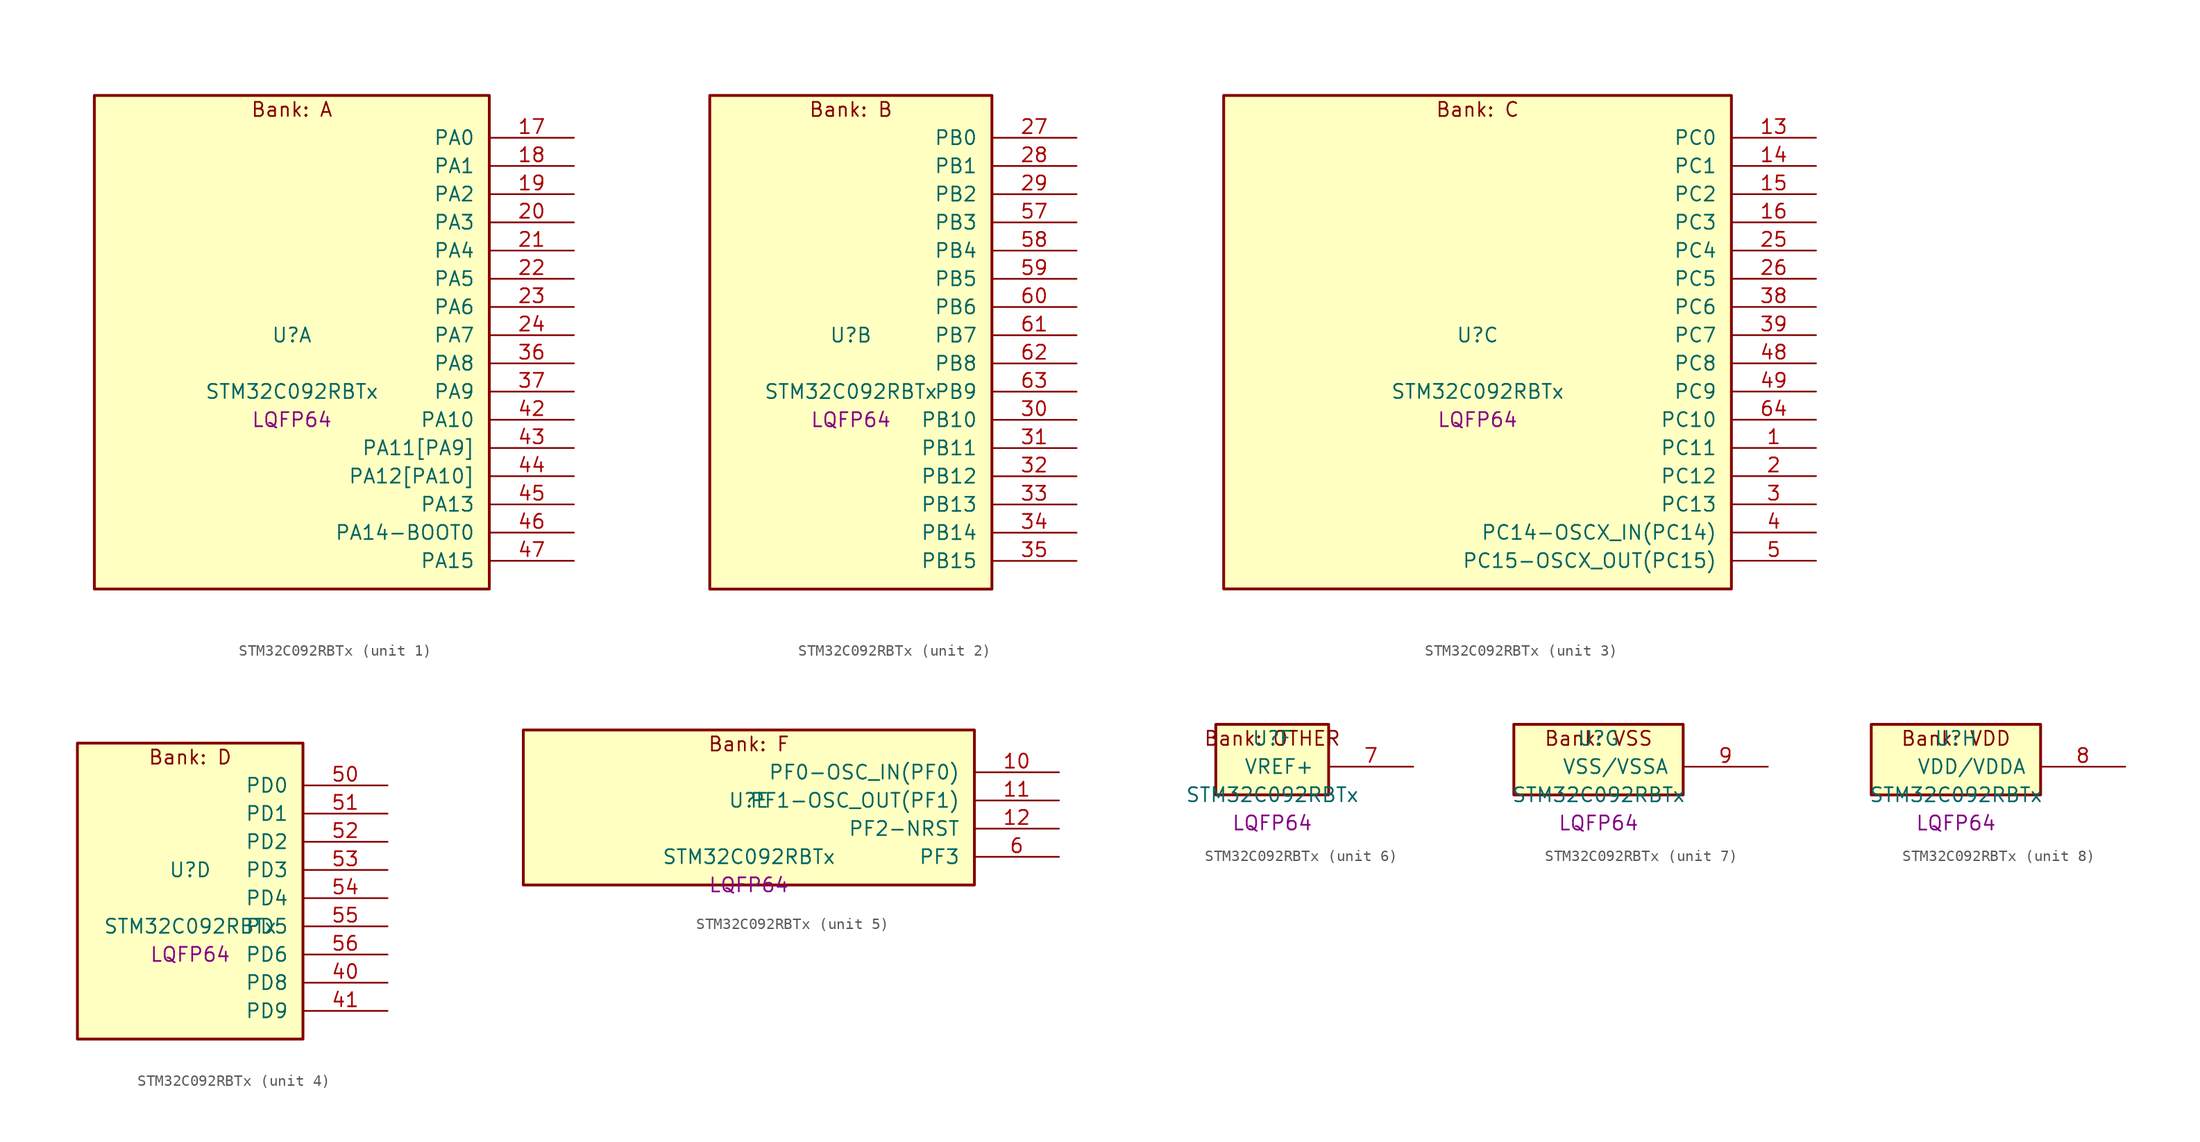
<source format=kicad_sym>
(kicad_symbol_lib
  (version 20241209)
  (generator "stm32_pkl_generator")
  (generator_version "1.0")
  (symbol "STM32C092RBTx"
    (pin_names
      (offset 1.27))
    (property "Reference" "U"
      (at 0 2.54 0))
    (property "Value" "STM32C092RBTx"
      (at 0 -2.54 0))
    (property "Footprint" "LQFP64"
      (at 0 -5.08 0))
    (symbol "STM32C092RBTx_1_1"
      (rectangle (start -17.78 24.13) (end 17.78 -20.32) (stroke (width 0.254) (type solid)) (fill (type background)))
      (text "Bank: A" (at 0 22.86 0))
      (pin bidirectional line (at 25.4 20.32 180) (length 7.62) (name "PA0") (number "17") (alternate "PA0/ADC1_IN0" bidirectional line) (alternate "PA0/PWR_WKUP1" bidirectional line) (alternate "PA0/SPI2_SCK" bidirectional line) (alternate "PA0/TIM16_CH1" bidirectional line) (alternate "PA0/TIM1_CH1" bidirectional line) (alternate "PA0/TIM2_CH1" bidirectional line) (alternate "PA0/TIM2_ETR" bidirectional line) (alternate "PA0/USART1_TX" bidirectional line) (alternate "PA0/USART2_CTS" bidirectional line) (alternate "PA0/USART2_NSS" bidirectional line) (alternate "PA0/USART4_TX" bidirectional line))
      (pin bidirectional line (at 25.4 17.78 180) (length 7.62) (name "PA1") (number "18") (alternate "PA1/ADC1_IN1" bidirectional line) (alternate "PA1/I2C1_SMBA" bidirectional line) (alternate "PA1/I2S1_CK" bidirectional line) (alternate "PA1/SPI1_SCK" bidirectional line) (alternate "PA1/TIM15_CH1N" bidirectional line) (alternate "PA1/TIM17_CH1" bidirectional line) (alternate "PA1/TIM1_CH2" bidirectional line) (alternate "PA1/TIM2_CH2" bidirectional line) (alternate "PA1/USART1_RX" bidirectional line) (alternate "PA1/USART2_CK" bidirectional line) (alternate "PA1/USART2_DE" bidirectional line) (alternate "PA1/USART2_RTS" bidirectional line) (alternate "PA1/USART4_RX" bidirectional line))
      (pin bidirectional line (at 25.4 15.24 180) (length 7.62) (name "PA2") (number "19") (alternate "PA2/ADC1_IN2" bidirectional line) (alternate "PA2/I2S1_SD" bidirectional line) (alternate "PA2/PWR_WKUP4" bidirectional line) (alternate "PA2/RCC_LSCO" bidirectional line) (alternate "PA2/SPI1_MOSI" bidirectional line) (alternate "PA2/TIM15_CH1" bidirectional line) (alternate "PA2/TIM16_CH1N" bidirectional line) (alternate "PA2/TIM1_CH3" bidirectional line) (alternate "PA2/TIM2_CH3" bidirectional line) (alternate "PA2/TIM3_ETR" bidirectional line) (alternate "PA2/USART2_TX" bidirectional line))
      (pin bidirectional line (at 25.4 12.7 180) (length 7.62) (name "PA3") (number "20") (alternate "PA3/ADC1_IN3" bidirectional line) (alternate "PA3/SPI2_MISO" bidirectional line) (alternate "PA3/TIM15_CH2" bidirectional line) (alternate "PA3/TIM1_CH1N" bidirectional line) (alternate "PA3/TIM1_CH4" bidirectional line) (alternate "PA3/TIM2_CH4" bidirectional line) (alternate "PA3/USART2_RX" bidirectional line))
      (pin bidirectional line (at 25.4 10.16 180) (length 7.62) (name "PA4") (number "21") (alternate "PA4/ADC1_IN4" bidirectional line) (alternate "PA4/I2S1_WS" bidirectional line) (alternate "PA4/RTC_OUT2" bidirectional line) (alternate "PA4/SPI1_NSS" bidirectional line) (alternate "PA4/SPI2_MOSI" bidirectional line) (alternate "PA4/TIM14_CH1" bidirectional line) (alternate "PA4/TIM17_CH1N" bidirectional line) (alternate "PA4/TIM1_CH2N" bidirectional line) (alternate "PA4/USART2_TX" bidirectional line))
      (pin bidirectional line (at 25.4 7.62 180) (length 7.62) (name "PA5") (number "22") (alternate "PA5/ADC1_IN5" bidirectional line) (alternate "PA5/I2S1_CK" bidirectional line) (alternate "PA5/SPI1_SCK" bidirectional line) (alternate "PA5/TIM1_CH1" bidirectional line) (alternate "PA5/TIM1_CH3N" bidirectional line) (alternate "PA5/TIM2_CH1" bidirectional line) (alternate "PA5/TIM2_ETR" bidirectional line) (alternate "PA5/USART2_RX" bidirectional line) (alternate "PA5/USART3_TX" bidirectional line))
      (pin bidirectional line (at 25.4 5.08 180) (length 7.62) (name "PA6") (number "23") (alternate "PA6/ADC1_IN6" bidirectional line) (alternate "PA6/I2C2_SDA" bidirectional line) (alternate "PA6/I2S1_MCK" bidirectional line) (alternate "PA6/SPI1_MISO" bidirectional line) (alternate "PA6/TIM16_CH1" bidirectional line) (alternate "PA6/TIM1_BKIN" bidirectional line) (alternate "PA6/TIM3_CH1" bidirectional line) (alternate "PA6/USART3_CTS" bidirectional line) (alternate "PA6/USART3_NSS" bidirectional line))
      (pin bidirectional line (at 25.4 2.54 180) (length 7.62) (name "PA7") (number "24") (alternate "PA7/ADC1_IN7" bidirectional line) (alternate "PA7/I2C2_SCL" bidirectional line) (alternate "PA7/I2S1_SD" bidirectional line) (alternate "PA7/SPI1_MOSI" bidirectional line) (alternate "PA7/TIM14_CH1" bidirectional line) (alternate "PA7/TIM17_CH1" bidirectional line) (alternate "PA7/TIM1_CH1N" bidirectional line) (alternate "PA7/TIM3_CH2" bidirectional line))
      (pin bidirectional line (at 25.4 0 180) (length 7.62) (name "PA8") (number "36") (alternate "PA8/ADC1_IN8" bidirectional line) (alternate "PA8/I2S1_WS" bidirectional line) (alternate "PA8/RCC_MCO" bidirectional line) (alternate "PA8/RCC_MCO_2" bidirectional line) (alternate "PA8/SPI1_NSS" bidirectional line) (alternate "PA8/SPI2_MISO" bidirectional line) (alternate "PA8/SPI2_NSS" bidirectional line) (alternate "PA8/TIM14_CH1" bidirectional line) (alternate "PA8/TIM1_CH1" bidirectional line) (alternate "PA8/TIM1_CH2N" bidirectional line) (alternate "PA8/TIM1_CH3N" bidirectional line) (alternate "PA8/TIM3_CH3" bidirectional line) (alternate "PA8/TIM3_CH4" bidirectional line) (alternate "PA8/USART1_RX" bidirectional line) (alternate "PA8/USART2_TX" bidirectional line))
      (pin bidirectional line (at 25.4 -2.54 180) (length 7.62) (name "PA9") (number "37") (alternate "PA9/I2C1_SCL" bidirectional line) (alternate "PA9/I2C2_SCL" bidirectional line) (alternate "PA9/RCC_MCO" bidirectional line) (alternate "PA9/SPI2_MISO" bidirectional line) (alternate "PA9/TIM15_BKIN" bidirectional line) (alternate "PA9/TIM1_CH2" bidirectional line) (alternate "PA9/TIM3_ETR" bidirectional line) (alternate "PA9/USART1_TX" bidirectional line) (alternate "PA9/NC" bidirectional line))
      (pin bidirectional line (at 25.4 -5.08 180) (length 7.62) (name "PA10") (number "42") (alternate "PA10/I2C1_SDA" bidirectional line) (alternate "PA10/I2C2_SDA" bidirectional line) (alternate "PA10/RCC_MCO_2" bidirectional line) (alternate "PA10/SPI2_MOSI" bidirectional line) (alternate "PA10/TIM17_BKIN" bidirectional line) (alternate "PA10/TIM1_CH3" bidirectional line) (alternate "PA10/USART1_RX" bidirectional line) (alternate "PA10/NC" bidirectional line))
      (pin bidirectional line (at 25.4 -7.62 180) (length 7.62) (name "PA11[PA9]") (number "43") (alternate "PA11[PA9]/ADC1_EXTI11" bidirectional line) (alternate "PA11[PA9]/FDCAN1_RX" bidirectional line) (alternate "PA11[PA9]/I2C2_SCL" bidirectional line) (alternate "PA11[PA9]/I2S1_MCK" bidirectional line) (alternate "PA11[PA9]/SPI1_MISO" bidirectional line) (alternate "PA11[PA9]/TIM1_BKIN2" bidirectional line) (alternate "PA11[PA9]/TIM1_CH4" bidirectional line) (alternate "PA11[PA9]/USART1_CTS" bidirectional line) (alternate "PA11[PA9]/USART1_NSS" bidirectional line) (alternate "PA11[PA9]/PA9[PA11]" bidirectional line) (alternate "PA11[PA9]/I2C1_SCL" bidirectional line) (alternate "PA11[PA9]/RCC_MCO" bidirectional line) (alternate "PA11[PA9]/SPI2_MISO" bidirectional line) (alternate "PA11[PA9]/TIM15_BKIN" bidirectional line) (alternate "PA11[PA9]/TIM1_CH2" bidirectional line) (alternate "PA11[PA9]/TIM3_ETR" bidirectional line) (alternate "PA11[PA9]/USART1_TX" bidirectional line))
      (pin bidirectional line (at 25.4 -10.16 180) (length 7.62) (name "PA12[PA10]") (number "44") (alternate "PA12[PA10]/FDCAN1_TX" bidirectional line) (alternate "PA12[PA10]/I2C2_SDA" bidirectional line) (alternate "PA12[PA10]/I2S1_SD" bidirectional line) (alternate "PA12[PA10]/I2S_CKIN" bidirectional line) (alternate "PA12[PA10]/SPI1_MOSI" bidirectional line) (alternate "PA12[PA10]/TIM1_ETR" bidirectional line) (alternate "PA12[PA10]/USART1_CK" bidirectional line) (alternate "PA12[PA10]/USART1_DE" bidirectional line) (alternate "PA12[PA10]/USART1_RTS" bidirectional line) (alternate "PA12[PA10]/PA10[PA12]" bidirectional line) (alternate "PA12[PA10]/I2C1_SDA" bidirectional line) (alternate "PA12[PA10]/RCC_MCO_2" bidirectional line) (alternate "PA12[PA10]/SPI2_MOSI" bidirectional line) (alternate "PA12[PA10]/TIM17_BKIN" bidirectional line) (alternate "PA12[PA10]/TIM1_CH3" bidirectional line) (alternate "PA12[PA10]/USART1_RX" bidirectional line))
      (pin bidirectional line (at 25.4 -12.7 180) (length 7.62) (name "PA13") (number "45") (alternate "PA13/ADC1_IN13" bidirectional line) (alternate "PA13/DEBUG_SWDIO" bidirectional line) (alternate "PA13/IR_OUT" bidirectional line) (alternate "PA13/TIM3_ETR" bidirectional line) (alternate "PA13/USART2_RX" bidirectional line))
      (pin bidirectional line (at 25.4 -15.24 180) (length 7.62) (name "PA14-BOOT0") (number "46") (alternate "PA14-BOOT0/ADC1_IN14" bidirectional line) (alternate "PA14-BOOT0/BOOT0" bidirectional line) (alternate "PA14-BOOT0/DEBUG_SWCLK" bidirectional line) (alternate "PA14-BOOT0/I2S1_WS" bidirectional line) (alternate "PA14-BOOT0/RCC_MCO_2" bidirectional line) (alternate "PA14-BOOT0/SPI1_NSS" bidirectional line) (alternate "PA14-BOOT0/TIM1_CH1" bidirectional line) (alternate "PA14-BOOT0/USART1_CK" bidirectional line) (alternate "PA14-BOOT0/USART1_DE" bidirectional line) (alternate "PA14-BOOT0/USART1_RTS" bidirectional line) (alternate "PA14-BOOT0/USART2_RX" bidirectional line) (alternate "PA14-BOOT0/USART2_TX" bidirectional line))
      (pin bidirectional line (at 25.4 -17.78 180) (length 7.62) (name "PA15") (number "47") (alternate "PA15/I2S1_WS" bidirectional line) (alternate "PA15/RCC_MCO_2" bidirectional line) (alternate "PA15/SPI1_NSS" bidirectional line) (alternate "PA15/TIM1_CH1" bidirectional line) (alternate "PA15/TIM2_CH1" bidirectional line) (alternate "PA15/TIM2_ETR" bidirectional line) (alternate "PA15/USART1_CK" bidirectional line) (alternate "PA15/USART1_DE" bidirectional line) (alternate "PA15/USART1_RTS" bidirectional line) (alternate "PA15/USART2_RX" bidirectional line) (alternate "PA15/USART3_CK" bidirectional line) (alternate "PA15/USART3_DE" bidirectional line) (alternate "PA15/USART3_RTS" bidirectional line) (alternate "PA15/USART4_CK" bidirectional line) (alternate "PA15/USART4_DE" bidirectional line) (alternate "PA15/USART4_RTS" bidirectional line)))
    (symbol "STM32C092RBTx_2_1"
      (rectangle (start -12.7 24.13) (end 12.7 -20.32) (stroke (width 0.254) (type solid)) (fill (type background)))
      (text "Bank: B" (at 0 22.86 0))
      (pin bidirectional line (at 20.32 20.32 180) (length 7.62) (name "PB0") (number "27") (alternate "PB0/ADC1_IN17" bidirectional line) (alternate "PB0/FDCAN1_RX" bidirectional line) (alternate "PB0/I2S1_WS" bidirectional line) (alternate "PB0/SPI1_NSS" bidirectional line) (alternate "PB0/TIM1_CH2N" bidirectional line) (alternate "PB0/TIM3_CH3" bidirectional line) (alternate "PB0/USART3_RX" bidirectional line))
      (pin bidirectional line (at 20.32 17.78 180) (length 7.62) (name "PB1") (number "28") (alternate "PB1/ADC1_IN18" bidirectional line) (alternate "PB1/FDCAN1_TX" bidirectional line) (alternate "PB1/TIM14_CH1" bidirectional line) (alternate "PB1/TIM1_CH2N" bidirectional line) (alternate "PB1/TIM1_CH3N" bidirectional line) (alternate "PB1/TIM3_CH4" bidirectional line) (alternate "PB1/USART3_CK" bidirectional line) (alternate "PB1/USART3_DE" bidirectional line) (alternate "PB1/USART3_RTS" bidirectional line))
      (pin bidirectional line (at 20.32 15.24 180) (length 7.62) (name "PB2") (number "29") (alternate "PB2/ADC1_IN19" bidirectional line) (alternate "PB2/RCC_MCO_2" bidirectional line) (alternate "PB2/SPI2_MISO" bidirectional line) (alternate "PB2/USART1_RX" bidirectional line) (alternate "PB2/USART3_TX" bidirectional line))
      (pin bidirectional line (at 20.32 12.7 180) (length 7.62) (name "PB3") (number "57") (alternate "PB3/I2C2_SCL" bidirectional line) (alternate "PB3/I2S1_CK" bidirectional line) (alternate "PB3/SPI1_SCK" bidirectional line) (alternate "PB3/TIM1_CH2" bidirectional line) (alternate "PB3/TIM2_CH2" bidirectional line) (alternate "PB3/TIM3_CH2" bidirectional line) (alternate "PB3/USART1_CK" bidirectional line) (alternate "PB3/USART1_DE" bidirectional line) (alternate "PB3/USART1_RTS" bidirectional line))
      (pin bidirectional line (at 20.32 10.16 180) (length 7.62) (name "PB4") (number "58") (alternate "PB4/I2C2_SDA" bidirectional line) (alternate "PB4/I2S1_MCK" bidirectional line) (alternate "PB4/SPI1_MISO" bidirectional line) (alternate "PB4/TIM17_BKIN" bidirectional line) (alternate "PB4/TIM3_CH1" bidirectional line) (alternate "PB4/USART1_CTS" bidirectional line) (alternate "PB4/USART1_NSS" bidirectional line))
      (pin bidirectional line (at 20.32 7.62 180) (length 7.62) (name "PB5") (number "59") (alternate "PB5/FDCAN1_RX" bidirectional line) (alternate "PB5/I2C1_SMBA" bidirectional line) (alternate "PB5/I2S1_SD" bidirectional line) (alternate "PB5/PWR_WKUP6" bidirectional line) (alternate "PB5/SPI1_MOSI" bidirectional line) (alternate "PB5/TIM16_BKIN" bidirectional line) (alternate "PB5/TIM3_CH2" bidirectional line) (alternate "PB5/TIM3_CH3" bidirectional line))
      (pin bidirectional line (at 20.32 5.08 180) (length 7.62) (name "PB6") (number "60") (alternate "PB6/FDCAN1_TX" bidirectional line) (alternate "PB6/I2C1_SCL" bidirectional line) (alternate "PB6/I2C1_SMBA" bidirectional line) (alternate "PB6/I2S1_CK" bidirectional line) (alternate "PB6/I2S1_MCK" bidirectional line) (alternate "PB6/I2S1_SD" bidirectional line) (alternate "PB6/PWR_WKUP3" bidirectional line) (alternate "PB6/SPI1_MISO" bidirectional line) (alternate "PB6/SPI1_MOSI" bidirectional line) (alternate "PB6/SPI1_SCK" bidirectional line) (alternate "PB6/SPI2_MISO" bidirectional line) (alternate "PB6/TIM16_BKIN" bidirectional line) (alternate "PB6/TIM16_CH1N" bidirectional line) (alternate "PB6/TIM1_CH2" bidirectional line) (alternate "PB6/TIM1_CH3" bidirectional line) (alternate "PB6/TIM3_CH1" bidirectional line) (alternate "PB6/TIM3_CH2" bidirectional line) (alternate "PB6/TIM3_CH3" bidirectional line) (alternate "PB6/USART1_CTS" bidirectional line) (alternate "PB6/USART1_NSS" bidirectional line) (alternate "PB6/USART1_TX" bidirectional line))
      (pin bidirectional line (at 20.32 2.54 180) (length 7.62) (name "PB7") (number "61") (alternate "PB7/I2C1_SCL" bidirectional line) (alternate "PB7/I2C1_SDA" bidirectional line) (alternate "PB7/SPI2_MOSI" bidirectional line) (alternate "PB7/TIM16_CH1" bidirectional line) (alternate "PB7/TIM17_CH1N" bidirectional line) (alternate "PB7/TIM1_CH4" bidirectional line) (alternate "PB7/TIM3_CH1" bidirectional line) (alternate "PB7/TIM3_CH4" bidirectional line) (alternate "PB7/USART1_RX" bidirectional line) (alternate "PB7/USART2_CTS" bidirectional line) (alternate "PB7/USART2_NSS" bidirectional line) (alternate "PB7/USART4_CTS" bidirectional line) (alternate "PB7/USART4_NSS" bidirectional line))
      (pin bidirectional line (at 20.32 0 180) (length 7.62) (name "PB8") (number "62") (alternate "PB8/FDCAN1_RX" bidirectional line) (alternate "PB8/I2C1_SCL" bidirectional line) (alternate "PB8/SPI2_SCK" bidirectional line) (alternate "PB8/TIM15_BKIN" bidirectional line) (alternate "PB8/TIM16_CH1" bidirectional line) (alternate "PB8/TIM3_CH1" bidirectional line) (alternate "PB8/USART2_CTS" bidirectional line) (alternate "PB8/USART2_NSS" bidirectional line) (alternate "PB8/USART3_TX" bidirectional line))
      (pin bidirectional line (at 20.32 -2.54 180) (length 7.62) (name "PB9") (number "63") (alternate "PB9/FDCAN1_TX" bidirectional line) (alternate "PB9/I2C1_SDA" bidirectional line) (alternate "PB9/IR_OUT" bidirectional line) (alternate "PB9/SPI2_NSS" bidirectional line) (alternate "PB9/TIM17_CH1" bidirectional line) (alternate "PB9/TIM3_CH2" bidirectional line) (alternate "PB9/USART2_CK" bidirectional line) (alternate "PB9/USART2_DE" bidirectional line) (alternate "PB9/USART2_RTS" bidirectional line) (alternate "PB9/USART3_RX" bidirectional line))
      (pin bidirectional line (at 20.32 -5.08 180) (length 7.62) (name "PB10") (number "30") (alternate "PB10/ADC1_IN20" bidirectional line) (alternate "PB10/I2C2_SCL" bidirectional line) (alternate "PB10/SPI2_SCK" bidirectional line) (alternate "PB10/TIM2_CH3" bidirectional line) (alternate "PB10/USART3_TX" bidirectional line))
      (pin bidirectional line (at 20.32 -7.62 180) (length 7.62) (name "PB11") (number "31") (alternate "PB11/ADC1_EXTI11" bidirectional line) (alternate "PB11/ADC1_IN21" bidirectional line) (alternate "PB11/I2C2_SDA" bidirectional line) (alternate "PB11/SPI2_MOSI" bidirectional line) (alternate "PB11/TIM2_CH4" bidirectional line) (alternate "PB11/USART3_RX" bidirectional line))
      (pin bidirectional line (at 20.32 -10.16 180) (length 7.62) (name "PB12") (number "32") (alternate "PB12/ADC1_IN22" bidirectional line) (alternate "PB12/FDCAN1_RX" bidirectional line) (alternate "PB12/SPI2_NSS" bidirectional line) (alternate "PB12/TIM15_BKIN" bidirectional line) (alternate "PB12/TIM1_BKIN" bidirectional line) (alternate "PB12/TIM1_BKIN2" bidirectional line))
      (pin bidirectional line (at 20.32 -12.7 180) (length 7.62) (name "PB13") (number "33") (alternate "PB13/FDCAN1_TX" bidirectional line) (alternate "PB13/I2C2_SCL" bidirectional line) (alternate "PB13/SPI2_SCK" bidirectional line) (alternate "PB13/TIM15_CH1N" bidirectional line) (alternate "PB13/TIM1_CH1N" bidirectional line) (alternate "PB13/USART3_CTS" bidirectional line) (alternate "PB13/USART3_NSS" bidirectional line))
      (pin bidirectional line (at 20.32 -15.24 180) (length 7.62) (name "PB14") (number "34") (alternate "PB14/I2C2_SDA" bidirectional line) (alternate "PB14/SPI2_MISO" bidirectional line) (alternate "PB14/TIM15_CH1" bidirectional line) (alternate "PB14/TIM1_CH2N" bidirectional line) (alternate "PB14/USART3_CK" bidirectional line) (alternate "PB14/USART3_DE" bidirectional line) (alternate "PB14/USART3_RTS" bidirectional line))
      (pin bidirectional line (at 20.32 -17.78 180) (length 7.62) (name "PB15") (number "35") (alternate "PB15/RTC_REFIN" bidirectional line) (alternate "PB15/SPI2_MOSI" bidirectional line) (alternate "PB15/TIM15_CH1N" bidirectional line) (alternate "PB15/TIM15_CH2" bidirectional line) (alternate "PB15/TIM1_CH3N" bidirectional line)))
    (symbol "STM32C092RBTx_3_1"
      (rectangle (start -22.86 24.13) (end 22.86 -20.32) (stroke (width 0.254) (type solid)) (fill (type background)))
      (text "Bank: C" (at 0 22.86 0))
      (pin bidirectional line (at 30.48 20.32 180) (length 7.62) (name "PC0") (number "13") (alternate "PC0/USART3_TX" bidirectional line) (alternate "PC0/USART4_RX" bidirectional line))
      (pin bidirectional line (at 30.48 17.78 180) (length 7.62) (name "PC1") (number "14") (alternate "PC1/TIM15_CH1" bidirectional line) (alternate "PC1/USART3_RX" bidirectional line) (alternate "PC1/USART4_TX" bidirectional line))
      (pin bidirectional line (at 30.48 15.24 180) (length 7.62) (name "PC2") (number "15") (alternate "PC2/FDCAN1_RX" bidirectional line) (alternate "PC2/SPI2_MISO" bidirectional line) (alternate "PC2/TIM15_CH2" bidirectional line))
      (pin bidirectional line (at 30.48 12.7 180) (length 7.62) (name "PC3") (number "16") (alternate "PC3/FDCAN1_TX" bidirectional line) (alternate "PC3/SPI2_MOSI" bidirectional line))
      (pin bidirectional line (at 30.48 10.16 180) (length 7.62) (name "PC4") (number "25") (alternate "PC4/ADC1_IN11" bidirectional line) (alternate "PC4/FDCAN1_RX" bidirectional line) (alternate "PC4/TIM2_CH1" bidirectional line) (alternate "PC4/TIM2_ETR" bidirectional line) (alternate "PC4/USART1_TX" bidirectional line) (alternate "PC4/USART3_TX" bidirectional line))
      (pin bidirectional line (at 30.48 7.62 180) (length 7.62) (name "PC5") (number "26") (alternate "PC5/ADC1_IN12" bidirectional line) (alternate "PC5/FDCAN1_TX" bidirectional line) (alternate "PC5/PWR_WKUP5" bidirectional line) (alternate "PC5/TIM2_CH2" bidirectional line) (alternate "PC5/USART1_RX" bidirectional line) (alternate "PC5/USART3_RX" bidirectional line))
      (pin bidirectional line (at 30.48 5.08 180) (length 7.62) (name "PC6") (number "38") (alternate "PC6/TIM2_CH3" bidirectional line) (alternate "PC6/TIM3_CH1" bidirectional line))
      (pin bidirectional line (at 30.48 2.54 180) (length 7.62) (name "PC7") (number "39") (alternate "PC7/TIM2_CH4" bidirectional line) (alternate "PC7/TIM3_CH2" bidirectional line))
      (pin bidirectional line (at 30.48 0 180) (length 7.62) (name "PC8") (number "48") (alternate "PC8/TIM1_CH1" bidirectional line) (alternate "PC8/TIM3_CH3" bidirectional line))
      (pin bidirectional line (at 30.48 -2.54 180) (length 7.62) (name "PC9") (number "49") (alternate "PC9/I2S_CKIN" bidirectional line) (alternate "PC9/TIM1_CH2" bidirectional line) (alternate "PC9/TIM3_CH4" bidirectional line))
      (pin bidirectional line (at 30.48 -5.08 180) (length 7.62) (name "PC10") (number "64") (alternate "PC10/TIM1_CH3" bidirectional line) (alternate "PC10/USART3_TX" bidirectional line) (alternate "PC10/USART4_TX" bidirectional line))
      (pin bidirectional line (at 30.48 -7.62 180) (length 7.62) (name "PC11") (number "1") (alternate "PC11/ADC1_EXTI11" bidirectional line) (alternate "PC11/TIM1_CH4" bidirectional line) (alternate "PC11/USART3_RX" bidirectional line) (alternate "PC11/USART4_RX" bidirectional line))
      (pin bidirectional line (at 30.48 -10.16 180) (length 7.62) (name "PC12") (number "2") (alternate "PC12/TIM14_CH1" bidirectional line))
      (pin bidirectional line (at 30.48 -12.7 180) (length 7.62) (name "PC13") (number "3") (alternate "PC13/PWR_WKUP2" bidirectional line) (alternate "PC13/RTC_OUT1" bidirectional line) (alternate "PC13/RTC_TS" bidirectional line) (alternate "PC13/TIM1_BKIN" bidirectional line) (alternate "PC13/TIM1_ETR" bidirectional line))
      (pin bidirectional line (at 30.48 -15.24 180) (length 7.62) (name "PC14-OSCX_IN(PC14)") (number "4") (alternate "PC14-OSCX_IN(PC14)/FDCAN1_TX" bidirectional line) (alternate "PC14-OSCX_IN(PC14)/I2C1_SDA" bidirectional line) (alternate "PC14-OSCX_IN(PC14)/IR_OUT" bidirectional line) (alternate "PC14-OSCX_IN(PC14)/RCC_OSCX_IN" bidirectional line) (alternate "PC14-OSCX_IN(PC14)/SPI2_NSS" bidirectional line) (alternate "PC14-OSCX_IN(PC14)/TIM17_CH1" bidirectional line) (alternate "PC14-OSCX_IN(PC14)/TIM1_BKIN2" bidirectional line) (alternate "PC14-OSCX_IN(PC14)/TIM1_ETR" bidirectional line) (alternate "PC14-OSCX_IN(PC14)/TIM3_CH2" bidirectional line) (alternate "PC14-OSCX_IN(PC14)/USART1_TX" bidirectional line) (alternate "PC14-OSCX_IN(PC14)/USART2_CK" bidirectional line) (alternate "PC14-OSCX_IN(PC14)/USART2_DE" bidirectional line) (alternate "PC14-OSCX_IN(PC14)/USART2_RTS" bidirectional line) (alternate "PC14-OSCX_IN(PC14)/USART3_TX" bidirectional line))
      (pin bidirectional line (at 30.48 -17.78 180) (length 7.62) (name "PC15-OSCX_OUT(PC15)") (number "5") (alternate "PC15-OSCX_OUT(PC15)/RCC_OSC32_EN" bidirectional line) (alternate "PC15-OSCX_OUT(PC15)/RCC_OSCX_OUT" bidirectional line) (alternate "PC15-OSCX_OUT(PC15)/RCC_OSC_EN" bidirectional line) (alternate "PC15-OSCX_OUT(PC15)/TIM15_BKIN" bidirectional line) (alternate "PC15-OSCX_OUT(PC15)/TIM1_ETR" bidirectional line) (alternate "PC15-OSCX_OUT(PC15)/TIM3_CH3" bidirectional line)))
    (symbol "STM32C092RBTx_4_1"
      (rectangle (start -10.16 13.97) (end 10.16 -12.7) (stroke (width 0.254) (type solid)) (fill (type background)))
      (text "Bank: D" (at 0 12.7 0))
      (pin bidirectional line (at 17.78 10.16 180) (length 7.62) (name "PD0") (number "50") (alternate "PD0/FDCAN1_RX" bidirectional line) (alternate "PD0/SPI2_NSS" bidirectional line) (alternate "PD0/TIM16_CH1" bidirectional line))
      (pin bidirectional line (at 17.78 7.62 180) (length 7.62) (name "PD1") (number "51") (alternate "PD1/FDCAN1_TX" bidirectional line) (alternate "PD1/SPI2_SCK" bidirectional line) (alternate "PD1/TIM17_CH1" bidirectional line))
      (pin bidirectional line (at 17.78 5.08 180) (length 7.62) (name "PD2") (number "52") (alternate "PD2/TIM1_CH1N" bidirectional line) (alternate "PD2/TIM3_ETR" bidirectional line) (alternate "PD2/USART3_CK" bidirectional line) (alternate "PD2/USART3_DE" bidirectional line) (alternate "PD2/USART3_RTS" bidirectional line))
      (pin bidirectional line (at 17.78 2.54 180) (length 7.62) (name "PD3") (number "53") (alternate "PD3/SPI2_MISO" bidirectional line) (alternate "PD3/TIM1_CH2N" bidirectional line) (alternate "PD3/USART2_CTS" bidirectional line) (alternate "PD3/USART2_NSS" bidirectional line))
      (pin bidirectional line (at 17.78 0 180) (length 7.62) (name "PD4") (number "54") (alternate "PD4/SPI2_MOSI" bidirectional line) (alternate "PD4/TIM1_CH3N" bidirectional line) (alternate "PD4/USART2_CK" bidirectional line) (alternate "PD4/USART2_DE" bidirectional line) (alternate "PD4/USART2_RTS" bidirectional line))
      (pin bidirectional line (at 17.78 -2.54 180) (length 7.62) (name "PD5") (number "55") (alternate "PD5/I2S1_MCK" bidirectional line) (alternate "PD5/SPI1_MISO" bidirectional line) (alternate "PD5/TIM1_BKIN" bidirectional line) (alternate "PD5/USART2_TX" bidirectional line))
      (pin bidirectional line (at 17.78 -5.08 180) (length 7.62) (name "PD6") (number "56") (alternate "PD6/I2S1_SD" bidirectional line) (alternate "PD6/SPI1_MOSI" bidirectional line) (alternate "PD6/USART2_RX" bidirectional line))
      (pin bidirectional line (at 17.78 -7.62 180) (length 7.62) (name "PD8") (number "40") (alternate "PD8/I2S1_CK" bidirectional line) (alternate "PD8/SPI1_SCK" bidirectional line) (alternate "PD8/USART3_TX" bidirectional line))
      (pin bidirectional line (at 17.78 -10.16 180) (length 7.62) (name "PD9") (number "41") (alternate "PD9/I2S1_WS" bidirectional line) (alternate "PD9/SPI1_NSS" bidirectional line) (alternate "PD9/TIM1_BKIN2" bidirectional line) (alternate "PD9/USART3_RX" bidirectional line)))
    (symbol "STM32C092RBTx_5_1"
      (rectangle (start -20.32 8.89) (end 20.32 -5.08) (stroke (width 0.254) (type solid)) (fill (type background)))
      (text "Bank: F" (at 0 7.62 0))
      (pin bidirectional line (at 27.94 5.08 180) (length 7.62) (name "PF0-OSC_IN(PF0)") (number "10") (alternate "PF0-OSC_IN(PF0)/RCC_OSC_IN" bidirectional line) (alternate "PF0-OSC_IN(PF0)/TIM14_CH1" bidirectional line))
      (pin bidirectional line (at 27.94 2.54 180) (length 7.62) (name "PF1-OSC_OUT(PF1)") (number "11") (alternate "PF1-OSC_OUT(PF1)/RCC_OSC_EN" bidirectional line) (alternate "PF1-OSC_OUT(PF1)/RCC_OSC_OUT" bidirectional line) (alternate "PF1-OSC_OUT(PF1)/TIM15_CH1N" bidirectional line))
      (pin bidirectional line (at 27.94 0 180) (length 7.62) (name "PF2-NRST") (number "12") (alternate "PF2-NRST/RCC_MCO" bidirectional line) (alternate "PF2-NRST/TIM1_CH4" bidirectional line))
      (pin bidirectional line (at 27.94 -2.54 180) (length 7.62) (name "PF3") (number "6")))
    (symbol "STM32C092RBTx_6_1"
      (rectangle (start -5.08 3.81) (end 5.08 -2.54) (stroke (width 0.254) (type solid)) (fill (type background)))
      (text "Bank: OTHER" (at 0 2.54 0))
      (pin bidirectional line (at 12.7 0 180) (length 7.62) (name "VREF+") (number "7")))
    (symbol "STM32C092RBTx_7_1"
      (rectangle (start -7.62 3.81) (end 7.62 -2.54) (stroke (width 0.254) (type solid)) (fill (type background)))
      (text "Bank: VSS" (at 0 2.54 0))
      (pin power_in line (at 15.24 0 180) (length 7.62) (name "VSS/VSSA") (number "9")))
    (symbol "STM32C092RBTx_8_1"
      (rectangle (start -7.62 3.81) (end 7.62 -2.54) (stroke (width 0.254) (type solid)) (fill (type background)))
      (text "Bank: VDD" (at 0 2.54 0))
      (pin power_in line (at 15.24 0 180) (length 7.62) (name "VDD/VDDA") (number "8")))))
</source>
